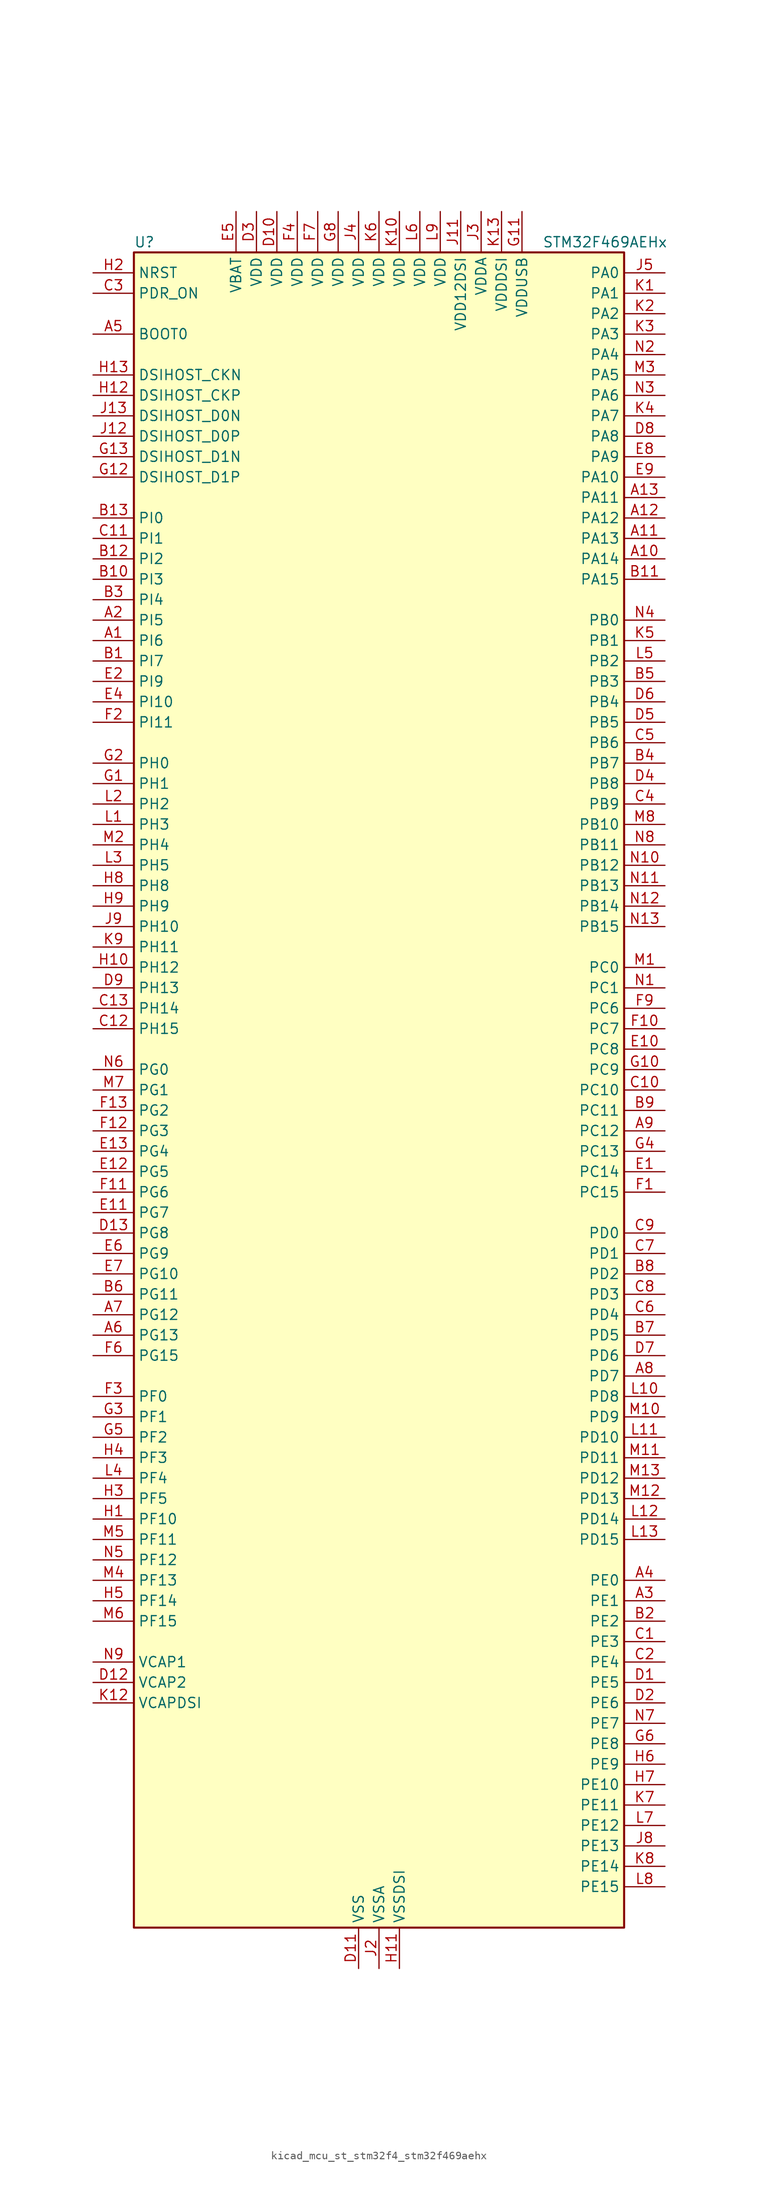
<source format=kicad_sym>
(kicad_symbol_lib
  (version 20220914)
  (generator kicad_symbol_editor)
  (symbol "kicad_mcu_st_stm32f4_stm32f469aehx"
    (property "Reference" "U"
      (at -30.48 105.41 0)
      (effects (font (size 1.27 1.27)) (justify left)))
    (property "Value" "STM32F469AEHx"
      (at 20.32 105.41 0)
      (effects (font (size 1.27 1.27)) (justify left)))
    (property "ki_locked" ""
      (at 0 0 0)
      (effects (font (size 1.27 1.27))))
    (symbol "kicad_mcu_st_stm32f4_stm32f469aehx_0_1"
      (rectangle (start -30.48 -104.14) (end 30.48 104.14) (stroke (width 0.254) (type default)) (fill (type background))))
    (symbol "kicad_mcu_st_stm32f4_stm32f469aehx_1_1"
      (pin bidirectional line (at -35.56 55.88 0) (length 5.08) (name "PI6" (effects (font (size 1.27 1.27)))) (number "A1" (effects (font (size 1.27 1.27)))) (alternate "DCMI_D6" bidirectional line) (alternate "FMC_D28" bidirectional line) (alternate "LTDC_B6" bidirectional line) (alternate "TIM8_CH2" bidirectional line))
      (pin bidirectional line (at 35.56 66.04 180) (length 5.08) (name "PA14" (effects (font (size 1.27 1.27)))) (number "A10" (effects (font (size 1.27 1.27)))) (alternate "SYS_JTCK-SWCLK" bidirectional line))
      (pin bidirectional line (at 35.56 68.58 180) (length 5.08) (name "PA13" (effects (font (size 1.27 1.27)))) (number "A11" (effects (font (size 1.27 1.27)))) (alternate "SYS_JTMS-SWDIO" bidirectional line))
      (pin bidirectional line (at 35.56 71.12 180) (length 5.08) (name "PA12" (effects (font (size 1.27 1.27)))) (number "A12" (effects (font (size 1.27 1.27)))) (alternate "CAN1_TX" bidirectional line) (alternate "LTDC_R5" bidirectional line) (alternate "TIM1_ETR" bidirectional line) (alternate "USART1_RTS" bidirectional line) (alternate "USB_OTG_FS_DP" bidirectional line))
      (pin bidirectional line (at 35.56 73.66 180) (length 5.08) (name "PA11" (effects (font (size 1.27 1.27)))) (number "A13" (effects (font (size 1.27 1.27)))) (alternate "ADC1_EXTI11" bidirectional line) (alternate "ADC2_EXTI11" bidirectional line) (alternate "ADC3_EXTI11" bidirectional line) (alternate "CAN1_RX" bidirectional line) (alternate "LTDC_R4" bidirectional line) (alternate "TIM1_CH4" bidirectional line) (alternate "USART1_CTS" bidirectional line) (alternate "USB_OTG_FS_DM" bidirectional line))
      (pin bidirectional line (at -35.56 58.42 0) (length 5.08) (name "PI5" (effects (font (size 1.27 1.27)))) (number "A2" (effects (font (size 1.27 1.27)))) (alternate "DCMI_VSYNC" bidirectional line) (alternate "FMC_NBL3" bidirectional line) (alternate "LTDC_B5" bidirectional line) (alternate "TIM8_CH1" bidirectional line))
      (pin bidirectional line (at 35.56 -63.5 180) (length 5.08) (name "PE1" (effects (font (size 1.27 1.27)))) (number "A3" (effects (font (size 1.27 1.27)))) (alternate "DCMI_D3" bidirectional line) (alternate "FMC_NBL1" bidirectional line) (alternate "UART8_TX" bidirectional line))
      (pin bidirectional line (at 35.56 -60.96 180) (length 5.08) (name "PE0" (effects (font (size 1.27 1.27)))) (number "A4" (effects (font (size 1.27 1.27)))) (alternate "DCMI_D2" bidirectional line) (alternate "FMC_NBL0" bidirectional line) (alternate "TIM4_ETR" bidirectional line) (alternate "UART8_RX" bidirectional line))
      (pin input line (at -35.56 93.98 0) (length 5.08) (name "BOOT0" (effects (font (size 1.27 1.27)))) (number "A5" (effects (font (size 1.27 1.27)))))
      (pin bidirectional line (at -35.56 -30.48 0) (length 5.08) (name "PG13" (effects (font (size 1.27 1.27)))) (number "A6" (effects (font (size 1.27 1.27)))) (alternate "FMC_A24" bidirectional line) (alternate "LTDC_R0" bidirectional line) (alternate "SPI6_SCK" bidirectional line) (alternate "SYS_TRACED0" bidirectional line) (alternate "USART6_CTS" bidirectional line))
      (pin bidirectional line (at -35.56 -27.94 0) (length 5.08) (name "PG12" (effects (font (size 1.27 1.27)))) (number "A7" (effects (font (size 1.27 1.27)))) (alternate "FMC_NE4" bidirectional line) (alternate "LTDC_B1" bidirectional line) (alternate "LTDC_B4" bidirectional line) (alternate "SPI6_MISO" bidirectional line) (alternate "USART6_RTS" bidirectional line))
      (pin bidirectional line (at 35.56 -35.56 180) (length 5.08) (name "PD7" (effects (font (size 1.27 1.27)))) (number "A8" (effects (font (size 1.27 1.27)))) (alternate "FMC_NE1" bidirectional line) (alternate "USART2_CK" bidirectional line))
      (pin bidirectional line (at 35.56 -5.08 180) (length 5.08) (name "PC12" (effects (font (size 1.27 1.27)))) (number "A9" (effects (font (size 1.27 1.27)))) (alternate "DCMI_D9" bidirectional line) (alternate "I2S3_SD" bidirectional line) (alternate "SDIO_CK" bidirectional line) (alternate "SPI3_MOSI" bidirectional line) (alternate "SYS_TRACED3" bidirectional line) (alternate "UART5_TX" bidirectional line) (alternate "USART3_CK" bidirectional line))
      (pin bidirectional line (at -35.56 53.34 0) (length 5.08) (name "PI7" (effects (font (size 1.27 1.27)))) (number "B1" (effects (font (size 1.27 1.27)))) (alternate "DCMI_D7" bidirectional line) (alternate "FMC_D29" bidirectional line) (alternate "LTDC_B7" bidirectional line) (alternate "TIM8_CH3" bidirectional line))
      (pin bidirectional line (at -35.56 63.5 0) (length 5.08) (name "PI3" (effects (font (size 1.27 1.27)))) (number "B10" (effects (font (size 1.27 1.27)))) (alternate "DCMI_D10" bidirectional line) (alternate "FMC_D27" bidirectional line) (alternate "I2S2_SD" bidirectional line) (alternate "SPI2_MOSI" bidirectional line) (alternate "TIM8_ETR" bidirectional line))
      (pin bidirectional line (at 35.56 63.5 180) (length 5.08) (name "PA15" (effects (font (size 1.27 1.27)))) (number "B11" (effects (font (size 1.27 1.27)))) (alternate "ADC1_EXTI15" bidirectional line) (alternate "ADC2_EXTI15" bidirectional line) (alternate "ADC3_EXTI15" bidirectional line) (alternate "I2S3_WS" bidirectional line) (alternate "SPI1_NSS" bidirectional line) (alternate "SPI3_NSS" bidirectional line) (alternate "SYS_JTDI" bidirectional line) (alternate "TIM2_CH1" bidirectional line) (alternate "TIM2_ETR" bidirectional line))
      (pin bidirectional line (at -35.56 66.04 0) (length 5.08) (name "PI2" (effects (font (size 1.27 1.27)))) (number "B12" (effects (font (size 1.27 1.27)))) (alternate "DCMI_D9" bidirectional line) (alternate "FMC_D26" bidirectional line) (alternate "I2S2_ext_SD" bidirectional line) (alternate "LTDC_G7" bidirectional line) (alternate "SPI2_MISO" bidirectional line) (alternate "TIM8_CH4" bidirectional line))
      (pin bidirectional line (at -35.56 71.12 0) (length 5.08) (name "PI0" (effects (font (size 1.27 1.27)))) (number "B13" (effects (font (size 1.27 1.27)))) (alternate "DCMI_D13" bidirectional line) (alternate "FMC_D24" bidirectional line) (alternate "I2S2_WS" bidirectional line) (alternate "LTDC_G5" bidirectional line) (alternate "SPI2_NSS" bidirectional line) (alternate "TIM5_CH4" bidirectional line))
      (pin bidirectional line (at 35.56 -66.04 180) (length 5.08) (name "PE2" (effects (font (size 1.27 1.27)))) (number "B2" (effects (font (size 1.27 1.27)))) (alternate "FMC_A23" bidirectional line) (alternate "QUADSPI_BK1_IO2" bidirectional line) (alternate "SAI1_MCLK_A" bidirectional line) (alternate "SPI4_SCK" bidirectional line) (alternate "SYS_TRACECLK" bidirectional line))
      (pin bidirectional line (at -35.56 60.96 0) (length 5.08) (name "PI4" (effects (font (size 1.27 1.27)))) (number "B3" (effects (font (size 1.27 1.27)))) (alternate "DCMI_D5" bidirectional line) (alternate "FMC_NBL2" bidirectional line) (alternate "LTDC_B4" bidirectional line) (alternate "TIM8_BKIN" bidirectional line))
      (pin bidirectional line (at 35.56 40.64 180) (length 5.08) (name "PB7" (effects (font (size 1.27 1.27)))) (number "B4" (effects (font (size 1.27 1.27)))) (alternate "DCMI_VSYNC" bidirectional line) (alternate "FMC_NL" bidirectional line) (alternate "I2C1_SDA" bidirectional line) (alternate "TIM4_CH2" bidirectional line) (alternate "USART1_RX" bidirectional line))
      (pin bidirectional line (at 35.56 50.8 180) (length 5.08) (name "PB3" (effects (font (size 1.27 1.27)))) (number "B5" (effects (font (size 1.27 1.27)))) (alternate "I2S3_CK" bidirectional line) (alternate "SPI1_SCK" bidirectional line) (alternate "SPI3_SCK" bidirectional line) (alternate "SYS_JTDO-SWO" bidirectional line) (alternate "TIM2_CH2" bidirectional line))
      (pin bidirectional line (at -35.56 -25.4 0) (length 5.08) (name "PG11" (effects (font (size 1.27 1.27)))) (number "B6" (effects (font (size 1.27 1.27)))) (alternate "ADC1_EXTI11" bidirectional line) (alternate "ADC2_EXTI11" bidirectional line) (alternate "ADC3_EXTI11" bidirectional line) (alternate "DCMI_D3" bidirectional line) (alternate "LTDC_B3" bidirectional line))
      (pin bidirectional line (at 35.56 -30.48 180) (length 5.08) (name "PD5" (effects (font (size 1.27 1.27)))) (number "B7" (effects (font (size 1.27 1.27)))) (alternate "FMC_NWE" bidirectional line) (alternate "USART2_TX" bidirectional line))
      (pin bidirectional line (at 35.56 -22.86 180) (length 5.08) (name "PD2" (effects (font (size 1.27 1.27)))) (number "B8" (effects (font (size 1.27 1.27)))) (alternate "DCMI_D11" bidirectional line) (alternate "SDIO_CMD" bidirectional line) (alternate "SYS_TRACED2" bidirectional line) (alternate "TIM3_ETR" bidirectional line) (alternate "UART5_RX" bidirectional line))
      (pin bidirectional line (at 35.56 -2.54 180) (length 5.08) (name "PC11" (effects (font (size 1.27 1.27)))) (number "B9" (effects (font (size 1.27 1.27)))) (alternate "ADC1_EXTI11" bidirectional line) (alternate "ADC2_EXTI11" bidirectional line) (alternate "ADC3_EXTI11" bidirectional line) (alternate "DCMI_D4" bidirectional line) (alternate "I2S3_ext_SD" bidirectional line) (alternate "QUADSPI_BK2_NCS" bidirectional line) (alternate "SDIO_D3" bidirectional line) (alternate "SPI3_MISO" bidirectional line) (alternate "UART4_RX" bidirectional line) (alternate "USART3_RX" bidirectional line))
      (pin bidirectional line (at 35.56 -68.58 180) (length 5.08) (name "PE3" (effects (font (size 1.27 1.27)))) (number "C1" (effects (font (size 1.27 1.27)))) (alternate "FMC_A19" bidirectional line) (alternate "SAI1_SD_B" bidirectional line) (alternate "SYS_TRACED0" bidirectional line))
      (pin bidirectional line (at 35.56 0 180) (length 5.08) (name "PC10" (effects (font (size 1.27 1.27)))) (number "C10" (effects (font (size 1.27 1.27)))) (alternate "DCMI_D8" bidirectional line) (alternate "I2S3_CK" bidirectional line) (alternate "LTDC_R2" bidirectional line) (alternate "QUADSPI_BK1_IO1" bidirectional line) (alternate "SDIO_D2" bidirectional line) (alternate "SPI3_SCK" bidirectional line) (alternate "UART4_TX" bidirectional line) (alternate "USART3_TX" bidirectional line))
      (pin bidirectional line (at -35.56 68.58 0) (length 5.08) (name "PI1" (effects (font (size 1.27 1.27)))) (number "C11" (effects (font (size 1.27 1.27)))) (alternate "DCMI_D8" bidirectional line) (alternate "FMC_D25" bidirectional line) (alternate "I2S2_CK" bidirectional line) (alternate "LTDC_G6" bidirectional line) (alternate "SPI2_SCK" bidirectional line))
      (pin bidirectional line (at -35.56 7.62 0) (length 5.08) (name "PH15" (effects (font (size 1.27 1.27)))) (number "C12" (effects (font (size 1.27 1.27)))) (alternate "ADC1_EXTI15" bidirectional line) (alternate "ADC2_EXTI15" bidirectional line) (alternate "ADC3_EXTI15" bidirectional line) (alternate "DCMI_D11" bidirectional line) (alternate "FMC_D23" bidirectional line) (alternate "LTDC_G4" bidirectional line) (alternate "TIM8_CH3N" bidirectional line))
      (pin bidirectional line (at -35.56 10.16 0) (length 5.08) (name "PH14" (effects (font (size 1.27 1.27)))) (number "C13" (effects (font (size 1.27 1.27)))) (alternate "DCMI_D4" bidirectional line) (alternate "FMC_D22" bidirectional line) (alternate "LTDC_G3" bidirectional line) (alternate "TIM8_CH2N" bidirectional line))
      (pin bidirectional line (at 35.56 -71.12 180) (length 5.08) (name "PE4" (effects (font (size 1.27 1.27)))) (number "C2" (effects (font (size 1.27 1.27)))) (alternate "DCMI_D4" bidirectional line) (alternate "FMC_A20" bidirectional line) (alternate "LTDC_B0" bidirectional line) (alternate "SAI1_FS_A" bidirectional line) (alternate "SPI4_NSS" bidirectional line) (alternate "SYS_TRACED1" bidirectional line))
      (pin input line (at -35.56 99.06 0) (length 5.08) (name "PDR_ON" (effects (font (size 1.27 1.27)))) (number "C3" (effects (font (size 1.27 1.27)))))
      (pin bidirectional line (at 35.56 35.56 180) (length 5.08) (name "PB9" (effects (font (size 1.27 1.27)))) (number "C4" (effects (font (size 1.27 1.27)))) (alternate "CAN1_TX" bidirectional line) (alternate "DAC_EXTI9" bidirectional line) (alternate "DCMI_D7" bidirectional line) (alternate "I2C1_SDA" bidirectional line) (alternate "I2S2_WS" bidirectional line) (alternate "LTDC_B7" bidirectional line) (alternate "SDIO_D5" bidirectional line) (alternate "SPI2_NSS" bidirectional line) (alternate "TIM11_CH1" bidirectional line) (alternate "TIM4_CH4" bidirectional line))
      (pin bidirectional line (at 35.56 43.18 180) (length 5.08) (name "PB6" (effects (font (size 1.27 1.27)))) (number "C5" (effects (font (size 1.27 1.27)))) (alternate "CAN2_TX" bidirectional line) (alternate "DCMI_D5" bidirectional line) (alternate "FMC_SDNE1" bidirectional line) (alternate "I2C1_SCL" bidirectional line) (alternate "QUADSPI_BK1_NCS" bidirectional line) (alternate "TIM4_CH1" bidirectional line) (alternate "USART1_TX" bidirectional line))
      (pin bidirectional line (at 35.56 -27.94 180) (length 5.08) (name "PD4" (effects (font (size 1.27 1.27)))) (number "C6" (effects (font (size 1.27 1.27)))) (alternate "FMC_NOE" bidirectional line) (alternate "USART2_RTS" bidirectional line))
      (pin bidirectional line (at 35.56 -20.32 180) (length 5.08) (name "PD1" (effects (font (size 1.27 1.27)))) (number "C7" (effects (font (size 1.27 1.27)))) (alternate "CAN1_TX" bidirectional line) (alternate "FMC_D3" bidirectional line) (alternate "FMC_DA3" bidirectional line))
      (pin bidirectional line (at 35.56 -25.4 180) (length 5.08) (name "PD3" (effects (font (size 1.27 1.27)))) (number "C8" (effects (font (size 1.27 1.27)))) (alternate "DCMI_D5" bidirectional line) (alternate "FMC_CLK" bidirectional line) (alternate "I2S2_CK" bidirectional line) (alternate "LTDC_G7" bidirectional line) (alternate "SPI2_SCK" bidirectional line) (alternate "USART2_CTS" bidirectional line))
      (pin bidirectional line (at 35.56 -17.78 180) (length 5.08) (name "PD0" (effects (font (size 1.27 1.27)))) (number "C9" (effects (font (size 1.27 1.27)))) (alternate "CAN1_RX" bidirectional line) (alternate "FMC_D2" bidirectional line) (alternate "FMC_DA2" bidirectional line))
      (pin bidirectional line (at 35.56 -73.66 180) (length 5.08) (name "PE5" (effects (font (size 1.27 1.27)))) (number "D1" (effects (font (size 1.27 1.27)))) (alternate "DCMI_D6" bidirectional line) (alternate "FMC_A21" bidirectional line) (alternate "LTDC_G0" bidirectional line) (alternate "SAI1_SCK_A" bidirectional line) (alternate "SPI4_MISO" bidirectional line) (alternate "SYS_TRACED2" bidirectional line) (alternate "TIM9_CH1" bidirectional line))
      (pin power_in line (at -12.7 109.22 270) (length 5.08) (name "VDD" (effects (font (size 1.27 1.27)))) (number "D10" (effects (font (size 1.27 1.27)))))
      (pin power_in line (at -2.54 -109.22 90) (length 5.08) (name "VSS" (effects (font (size 1.27 1.27)))) (number "D11" (effects (font (size 1.27 1.27)))))
      (pin power_out line (at -35.56 -73.66 0) (length 5.08) (name "VCAP2" (effects (font (size 1.27 1.27)))) (number "D12" (effects (font (size 1.27 1.27)))))
      (pin bidirectional line (at -35.56 -17.78 0) (length 5.08) (name "PG8" (effects (font (size 1.27 1.27)))) (number "D13" (effects (font (size 1.27 1.27)))) (alternate "FMC_SDCLK" bidirectional line) (alternate "LTDC_G7" bidirectional line) (alternate "SPI6_NSS" bidirectional line) (alternate "USART6_RTS" bidirectional line))
      (pin bidirectional line (at 35.56 -76.2 180) (length 5.08) (name "PE6" (effects (font (size 1.27 1.27)))) (number "D2" (effects (font (size 1.27 1.27)))) (alternate "DCMI_D7" bidirectional line) (alternate "FMC_A22" bidirectional line) (alternate "LTDC_G1" bidirectional line) (alternate "SAI1_SD_A" bidirectional line) (alternate "SPI4_MOSI" bidirectional line) (alternate "SYS_TRACED3" bidirectional line) (alternate "TIM9_CH2" bidirectional line))
      (pin power_in line (at -15.24 109.22 270) (length 5.08) (name "VDD" (effects (font (size 1.27 1.27)))) (number "D3" (effects (font (size 1.27 1.27)))))
      (pin bidirectional line (at 35.56 38.1 180) (length 5.08) (name "PB8" (effects (font (size 1.27 1.27)))) (number "D4" (effects (font (size 1.27 1.27)))) (alternate "CAN1_RX" bidirectional line) (alternate "DCMI_D6" bidirectional line) (alternate "I2C1_SCL" bidirectional line) (alternate "LTDC_B6" bidirectional line) (alternate "SDIO_D4" bidirectional line) (alternate "TIM10_CH1" bidirectional line) (alternate "TIM4_CH3" bidirectional line))
      (pin bidirectional line (at 35.56 45.72 180) (length 5.08) (name "PB5" (effects (font (size 1.27 1.27)))) (number "D5" (effects (font (size 1.27 1.27)))) (alternate "CAN2_RX" bidirectional line) (alternate "DCMI_D10" bidirectional line) (alternate "FMC_SDCKE1" bidirectional line) (alternate "I2C1_SMBA" bidirectional line) (alternate "I2S3_SD" bidirectional line) (alternate "LTDC_G7" bidirectional line) (alternate "SPI1_MOSI" bidirectional line) (alternate "SPI3_MOSI" bidirectional line) (alternate "TIM3_CH2" bidirectional line) (alternate "USB_OTG_HS_ULPI_D7" bidirectional line))
      (pin bidirectional line (at 35.56 48.26 180) (length 5.08) (name "PB4" (effects (font (size 1.27 1.27)))) (number "D6" (effects (font (size 1.27 1.27)))) (alternate "I2S3_ext_SD" bidirectional line) (alternate "SPI1_MISO" bidirectional line) (alternate "SPI3_MISO" bidirectional line) (alternate "SYS_JTRST" bidirectional line) (alternate "TIM3_CH1" bidirectional line))
      (pin bidirectional line (at 35.56 -33.02 180) (length 5.08) (name "PD6" (effects (font (size 1.27 1.27)))) (number "D7" (effects (font (size 1.27 1.27)))) (alternate "DCMI_D10" bidirectional line) (alternate "FMC_NWAIT" bidirectional line) (alternate "I2S3_SD" bidirectional line) (alternate "LTDC_B2" bidirectional line) (alternate "SAI1_SD_A" bidirectional line) (alternate "SPI3_MOSI" bidirectional line) (alternate "USART2_RX" bidirectional line))
      (pin bidirectional line (at 35.56 81.28 180) (length 5.08) (name "PA8" (effects (font (size 1.27 1.27)))) (number "D8" (effects (font (size 1.27 1.27)))) (alternate "I2C3_SCL" bidirectional line) (alternate "LTDC_R6" bidirectional line) (alternate "RCC_MCO_1" bidirectional line) (alternate "TIM1_CH1" bidirectional line) (alternate "USART1_CK" bidirectional line) (alternate "USB_OTG_FS_SOF" bidirectional line))
      (pin bidirectional line (at -35.56 12.7 0) (length 5.08) (name "PH13" (effects (font (size 1.27 1.27)))) (number "D9" (effects (font (size 1.27 1.27)))) (alternate "CAN1_TX" bidirectional line) (alternate "FMC_D21" bidirectional line) (alternate "LTDC_G2" bidirectional line) (alternate "TIM8_CH1N" bidirectional line))
      (pin bidirectional line (at 35.56 -10.16 180) (length 5.08) (name "PC14" (effects (font (size 1.27 1.27)))) (number "E1" (effects (font (size 1.27 1.27)))) (alternate "RCC_OSC32_IN" bidirectional line))
      (pin bidirectional line (at 35.56 5.08 180) (length 5.08) (name "PC8" (effects (font (size 1.27 1.27)))) (number "E10" (effects (font (size 1.27 1.27)))) (alternate "DCMI_D2" bidirectional line) (alternate "SDIO_D0" bidirectional line) (alternate "SYS_TRACED1" bidirectional line) (alternate "TIM3_CH3" bidirectional line) (alternate "TIM8_CH3" bidirectional line) (alternate "USART6_CK" bidirectional line))
      (pin bidirectional line (at -35.56 -15.24 0) (length 5.08) (name "PG7" (effects (font (size 1.27 1.27)))) (number "E11" (effects (font (size 1.27 1.27)))) (alternate "DCMI_D13" bidirectional line) (alternate "FMC_INT" bidirectional line) (alternate "LTDC_CLK" bidirectional line) (alternate "SAI1_MCLK_A" bidirectional line) (alternate "USART6_CK" bidirectional line))
      (pin bidirectional line (at -35.56 -10.16 0) (length 5.08) (name "PG5" (effects (font (size 1.27 1.27)))) (number "E12" (effects (font (size 1.27 1.27)))) (alternate "FMC_A15" bidirectional line) (alternate "FMC_BA1" bidirectional line))
      (pin bidirectional line (at -35.56 -7.62 0) (length 5.08) (name "PG4" (effects (font (size 1.27 1.27)))) (number "E13" (effects (font (size 1.27 1.27)))) (alternate "FMC_A14" bidirectional line) (alternate "FMC_BA0" bidirectional line))
      (pin bidirectional line (at -35.56 50.8 0) (length 5.08) (name "PI9" (effects (font (size 1.27 1.27)))) (number "E2" (effects (font (size 1.27 1.27)))) (alternate "CAN1_RX" bidirectional line) (alternate "DAC_EXTI9" bidirectional line) (alternate "FMC_D30" bidirectional line) (alternate "LTDC_VSYNC" bidirectional line))
      (pin passive line (at -2.54 -109.22 90) (length 5.08) hide (name "VSS" (effects (font (size 1.27 1.27)))) (number "E3" (effects (font (size 1.27 1.27)))))
      (pin bidirectional line (at -35.56 48.26 0) (length 5.08) (name "PI10" (effects (font (size 1.27 1.27)))) (number "E4" (effects (font (size 1.27 1.27)))) (alternate "FMC_D31" bidirectional line) (alternate "LTDC_HSYNC" bidirectional line))
      (pin power_in line (at -17.78 109.22 270) (length 5.08) (name "VBAT" (effects (font (size 1.27 1.27)))) (number "E5" (effects (font (size 1.27 1.27)))))
      (pin bidirectional line (at -35.56 -20.32 0) (length 5.08) (name "PG9" (effects (font (size 1.27 1.27)))) (number "E6" (effects (font (size 1.27 1.27)))) (alternate "DAC_EXTI9" bidirectional line) (alternate "DCMI_VSYNC" bidirectional line) (alternate "FMC_NCE" bidirectional line) (alternate "FMC_NE2" bidirectional line) (alternate "QUADSPI_BK2_IO2" bidirectional line) (alternate "USART6_RX" bidirectional line))
      (pin bidirectional line (at -35.56 -22.86 0) (length 5.08) (name "PG10" (effects (font (size 1.27 1.27)))) (number "E7" (effects (font (size 1.27 1.27)))) (alternate "DCMI_D2" bidirectional line) (alternate "FMC_NE3" bidirectional line) (alternate "LTDC_B2" bidirectional line) (alternate "LTDC_G3" bidirectional line))
      (pin bidirectional line (at 35.56 78.74 180) (length 5.08) (name "PA9" (effects (font (size 1.27 1.27)))) (number "E8" (effects (font (size 1.27 1.27)))) (alternate "DAC_EXTI9" bidirectional line) (alternate "DCMI_D0" bidirectional line) (alternate "I2C3_SMBA" bidirectional line) (alternate "I2S2_CK" bidirectional line) (alternate "SPI2_SCK" bidirectional line) (alternate "TIM1_CH2" bidirectional line) (alternate "USART1_TX" bidirectional line) (alternate "USB_OTG_FS_VBUS" bidirectional line))
      (pin bidirectional line (at 35.56 76.2 180) (length 5.08) (name "PA10" (effects (font (size 1.27 1.27)))) (number "E9" (effects (font (size 1.27 1.27)))) (alternate "DCMI_D1" bidirectional line) (alternate "TIM1_CH3" bidirectional line) (alternate "USART1_RX" bidirectional line) (alternate "USB_OTG_FS_ID" bidirectional line))
      (pin bidirectional line (at 35.56 -12.7 180) (length 5.08) (name "PC15" (effects (font (size 1.27 1.27)))) (number "F1" (effects (font (size 1.27 1.27)))) (alternate "ADC1_EXTI15" bidirectional line) (alternate "ADC2_EXTI15" bidirectional line) (alternate "ADC3_EXTI15" bidirectional line) (alternate "RCC_OSC32_OUT" bidirectional line))
      (pin bidirectional line (at 35.56 7.62 180) (length 5.08) (name "PC7" (effects (font (size 1.27 1.27)))) (number "F10" (effects (font (size 1.27 1.27)))) (alternate "DCMI_D1" bidirectional line) (alternate "I2S3_MCK" bidirectional line) (alternate "LTDC_G6" bidirectional line) (alternate "SDIO_D7" bidirectional line) (alternate "TIM3_CH2" bidirectional line) (alternate "TIM8_CH2" bidirectional line) (alternate "USART6_RX" bidirectional line))
      (pin bidirectional line (at -35.56 -12.7 0) (length 5.08) (name "PG6" (effects (font (size 1.27 1.27)))) (number "F11" (effects (font (size 1.27 1.27)))) (alternate "DCMI_D12" bidirectional line) (alternate "LTDC_R7" bidirectional line))
      (pin bidirectional line (at -35.56 -5.08 0) (length 5.08) (name "PG3" (effects (font (size 1.27 1.27)))) (number "F12" (effects (font (size 1.27 1.27)))) (alternate "FMC_A13" bidirectional line))
      (pin bidirectional line (at -35.56 -2.54 0) (length 5.08) (name "PG2" (effects (font (size 1.27 1.27)))) (number "F13" (effects (font (size 1.27 1.27)))) (alternate "FMC_A12" bidirectional line))
      (pin bidirectional line (at -35.56 45.72 0) (length 5.08) (name "PI11" (effects (font (size 1.27 1.27)))) (number "F2" (effects (font (size 1.27 1.27)))) (alternate "ADC1_EXTI11" bidirectional line) (alternate "ADC2_EXTI11" bidirectional line) (alternate "ADC3_EXTI11" bidirectional line) (alternate "LTDC_G6" bidirectional line) (alternate "USB_OTG_HS_ULPI_DIR" bidirectional line))
      (pin bidirectional line (at -35.56 -38.1 0) (length 5.08) (name "PF0" (effects (font (size 1.27 1.27)))) (number "F3" (effects (font (size 1.27 1.27)))) (alternate "FMC_A0" bidirectional line) (alternate "I2C2_SDA" bidirectional line))
      (pin power_in line (at -10.16 109.22 270) (length 5.08) (name "VDD" (effects (font (size 1.27 1.27)))) (number "F4" (effects (font (size 1.27 1.27)))))
      (pin passive line (at -2.54 -109.22 90) (length 5.08) hide (name "VSS" (effects (font (size 1.27 1.27)))) (number "F5" (effects (font (size 1.27 1.27)))))
      (pin bidirectional line (at -35.56 -33.02 0) (length 5.08) (name "PG15" (effects (font (size 1.27 1.27)))) (number "F6" (effects (font (size 1.27 1.27)))) (alternate "ADC1_EXTI15" bidirectional line) (alternate "ADC2_EXTI15" bidirectional line) (alternate "ADC3_EXTI15" bidirectional line) (alternate "DCMI_D13" bidirectional line) (alternate "FMC_SDNCAS" bidirectional line) (alternate "USART6_CTS" bidirectional line))
      (pin power_in line (at -7.62 109.22 270) (length 5.08) (name "VDD" (effects (font (size 1.27 1.27)))) (number "F7" (effects (font (size 1.27 1.27)))))
      (pin passive line (at -2.54 -109.22 90) (length 5.08) hide (name "VSS" (effects (font (size 1.27 1.27)))) (number "F8" (effects (font (size 1.27 1.27)))))
      (pin bidirectional line (at 35.56 10.16 180) (length 5.08) (name "PC6" (effects (font (size 1.27 1.27)))) (number "F9" (effects (font (size 1.27 1.27)))) (alternate "DCMI_D0" bidirectional line) (alternate "I2S2_MCK" bidirectional line) (alternate "LTDC_HSYNC" bidirectional line) (alternate "SDIO_D6" bidirectional line) (alternate "TIM3_CH1" bidirectional line) (alternate "TIM8_CH1" bidirectional line) (alternate "USART6_TX" bidirectional line))
      (pin bidirectional line (at -35.56 38.1 0) (length 5.08) (name "PH1" (effects (font (size 1.27 1.27)))) (number "G1" (effects (font (size 1.27 1.27)))) (alternate "RCC_OSC_OUT" bidirectional line))
      (pin bidirectional line (at 35.56 2.54 180) (length 5.08) (name "PC9" (effects (font (size 1.27 1.27)))) (number "G10" (effects (font (size 1.27 1.27)))) (alternate "DAC_EXTI9" bidirectional line) (alternate "DCMI_D3" bidirectional line) (alternate "I2C3_SDA" bidirectional line) (alternate "I2S_CKIN" bidirectional line) (alternate "QUADSPI_BK1_IO0" bidirectional line) (alternate "RCC_MCO_2" bidirectional line) (alternate "SDIO_D1" bidirectional line) (alternate "TIM3_CH4" bidirectional line) (alternate "TIM8_CH4" bidirectional line))
      (pin power_in line (at 17.78 109.22 270) (length 5.08) (name "VDDUSB" (effects (font (size 1.27 1.27)))) (number "G11" (effects (font (size 1.27 1.27)))))
      (pin bidirectional line (at -35.56 76.2 0) (length 5.08) (name "DSIHOST_D1P" (effects (font (size 1.27 1.27)))) (number "G12" (effects (font (size 1.27 1.27)))) (alternate "DSIHOST_D1P" bidirectional line))
      (pin bidirectional line (at -35.56 78.74 0) (length 5.08) (name "DSIHOST_D1N" (effects (font (size 1.27 1.27)))) (number "G13" (effects (font (size 1.27 1.27)))) (alternate "DSIHOST_D1N" bidirectional line))
      (pin bidirectional line (at -35.56 40.64 0) (length 5.08) (name "PH0" (effects (font (size 1.27 1.27)))) (number "G2" (effects (font (size 1.27 1.27)))) (alternate "RCC_OSC_IN" bidirectional line))
      (pin bidirectional line (at -35.56 -40.64 0) (length 5.08) (name "PF1" (effects (font (size 1.27 1.27)))) (number "G3" (effects (font (size 1.27 1.27)))) (alternate "FMC_A1" bidirectional line) (alternate "I2C2_SCL" bidirectional line))
      (pin bidirectional line (at 35.56 -7.62 180) (length 5.08) (name "PC13" (effects (font (size 1.27 1.27)))) (number "G4" (effects (font (size 1.27 1.27)))) (alternate "RTC_AF1" bidirectional line))
      (pin bidirectional line (at -35.56 -43.18 0) (length 5.08) (name "PF2" (effects (font (size 1.27 1.27)))) (number "G5" (effects (font (size 1.27 1.27)))) (alternate "FMC_A2" bidirectional line) (alternate "I2C2_SMBA" bidirectional line))
      (pin bidirectional line (at 35.56 -81.28 180) (length 5.08) (name "PE8" (effects (font (size 1.27 1.27)))) (number "G6" (effects (font (size 1.27 1.27)))) (alternate "FMC_D5" bidirectional line) (alternate "FMC_DA5" bidirectional line) (alternate "QUADSPI_BK2_IO1" bidirectional line) (alternate "TIM1_CH1N" bidirectional line) (alternate "UART7_TX" bidirectional line))
      (pin passive line (at -2.54 -109.22 90) (length 5.08) hide (name "VSS" (effects (font (size 1.27 1.27)))) (number "G7" (effects (font (size 1.27 1.27)))))
      (pin power_in line (at -5.08 109.22 270) (length 5.08) (name "VDD" (effects (font (size 1.27 1.27)))) (number "G8" (effects (font (size 1.27 1.27)))))
      (pin passive line (at -2.54 -109.22 90) (length 5.08) hide (name "VSS" (effects (font (size 1.27 1.27)))) (number "G9" (effects (font (size 1.27 1.27)))))
      (pin bidirectional line (at -35.56 -53.34 0) (length 5.08) (name "PF10" (effects (font (size 1.27 1.27)))) (number "H1" (effects (font (size 1.27 1.27)))) (alternate "ADC3_IN8" bidirectional line) (alternate "DCMI_D11" bidirectional line) (alternate "LTDC_DE" bidirectional line) (alternate "QUADSPI_CLK" bidirectional line))
      (pin bidirectional line (at -35.56 15.24 0) (length 5.08) (name "PH12" (effects (font (size 1.27 1.27)))) (number "H10" (effects (font (size 1.27 1.27)))) (alternate "DCMI_D3" bidirectional line) (alternate "FMC_D20" bidirectional line) (alternate "LTDC_R6" bidirectional line) (alternate "TIM5_CH3" bidirectional line))
      (pin power_in line (at 2.54 -109.22 90) (length 5.08) (name "VSSDSI" (effects (font (size 1.27 1.27)))) (number "H11" (effects (font (size 1.27 1.27)))))
      (pin bidirectional line (at -35.56 86.36 0) (length 5.08) (name "DSIHOST_CKP" (effects (font (size 1.27 1.27)))) (number "H12" (effects (font (size 1.27 1.27)))) (alternate "DSIHOST_CKP" bidirectional line))
      (pin bidirectional line (at -35.56 88.9 0) (length 5.08) (name "DSIHOST_CKN" (effects (font (size 1.27 1.27)))) (number "H13" (effects (font (size 1.27 1.27)))) (alternate "DSIHOST_CKN" bidirectional line))
      (pin input line (at -35.56 101.6 0) (length 5.08) (name "NRST" (effects (font (size 1.27 1.27)))) (number "H2" (effects (font (size 1.27 1.27)))))
      (pin bidirectional line (at -35.56 -50.8 0) (length 5.08) (name "PF5" (effects (font (size 1.27 1.27)))) (number "H3" (effects (font (size 1.27 1.27)))) (alternate "ADC3_IN15" bidirectional line) (alternate "FMC_A5" bidirectional line))
      (pin bidirectional line (at -35.56 -45.72 0) (length 5.08) (name "PF3" (effects (font (size 1.27 1.27)))) (number "H4" (effects (font (size 1.27 1.27)))) (alternate "ADC3_IN9" bidirectional line) (alternate "FMC_A3" bidirectional line))
      (pin bidirectional line (at -35.56 -63.5 0) (length 5.08) (name "PF14" (effects (font (size 1.27 1.27)))) (number "H5" (effects (font (size 1.27 1.27)))) (alternate "FMC_A8" bidirectional line))
      (pin bidirectional line (at 35.56 -83.82 180) (length 5.08) (name "PE9" (effects (font (size 1.27 1.27)))) (number "H6" (effects (font (size 1.27 1.27)))) (alternate "DAC_EXTI9" bidirectional line) (alternate "FMC_D6" bidirectional line) (alternate "FMC_DA6" bidirectional line) (alternate "QUADSPI_BK2_IO2" bidirectional line) (alternate "TIM1_CH1" bidirectional line))
      (pin bidirectional line (at 35.56 -86.36 180) (length 5.08) (name "PE10" (effects (font (size 1.27 1.27)))) (number "H7" (effects (font (size 1.27 1.27)))) (alternate "FMC_D7" bidirectional line) (alternate "FMC_DA7" bidirectional line) (alternate "QUADSPI_BK2_IO3" bidirectional line) (alternate "TIM1_CH2N" bidirectional line))
      (pin bidirectional line (at -35.56 25.4 0) (length 5.08) (name "PH8" (effects (font (size 1.27 1.27)))) (number "H8" (effects (font (size 1.27 1.27)))) (alternate "DCMI_HSYNC" bidirectional line) (alternate "FMC_D16" bidirectional line) (alternate "I2C3_SDA" bidirectional line) (alternate "LTDC_R2" bidirectional line))
      (pin bidirectional line (at -35.56 22.86 0) (length 5.08) (name "PH9" (effects (font (size 1.27 1.27)))) (number "H9" (effects (font (size 1.27 1.27)))) (alternate "DAC_EXTI9" bidirectional line) (alternate "DCMI_D0" bidirectional line) (alternate "FMC_D17" bidirectional line) (alternate "I2C3_SMBA" bidirectional line) (alternate "LTDC_R3" bidirectional line) (alternate "TIM12_CH2" bidirectional line))
      (pin passive line (at -2.54 -109.22 90) (length 5.08) hide (name "VSS" (effects (font (size 1.27 1.27)))) (number "J1" (effects (font (size 1.27 1.27)))))
      (pin passive line (at -2.54 -109.22 90) (length 5.08) hide (name "VSS" (effects (font (size 1.27 1.27)))) (number "J10" (effects (font (size 1.27 1.27)))))
      (pin power_in line (at 10.16 109.22 270) (length 5.08) (name "VDD12DSI" (effects (font (size 1.27 1.27)))) (number "J11" (effects (font (size 1.27 1.27)))))
      (pin bidirectional line (at -35.56 81.28 0) (length 5.08) (name "DSIHOST_D0P" (effects (font (size 1.27 1.27)))) (number "J12" (effects (font (size 1.27 1.27)))) (alternate "DSIHOST_D0P" bidirectional line))
      (pin bidirectional line (at -35.56 83.82 0) (length 5.08) (name "DSIHOST_D0N" (effects (font (size 1.27 1.27)))) (number "J13" (effects (font (size 1.27 1.27)))) (alternate "DSIHOST_D0N" bidirectional line))
      (pin power_in line (at 0 -109.22 90) (length 5.08) (name "VSSA" (effects (font (size 1.27 1.27)))) (number "J2" (effects (font (size 1.27 1.27)))))
      (pin power_in line (at 12.7 109.22 270) (length 5.08) (name "VDDA" (effects (font (size 1.27 1.27)))) (number "J3" (effects (font (size 1.27 1.27)))))
      (pin power_in line (at -2.54 109.22 270) (length 5.08) (name "VDD" (effects (font (size 1.27 1.27)))) (number "J4" (effects (font (size 1.27 1.27)))))
      (pin bidirectional line (at 35.56 101.6 180) (length 5.08) (name "PA0" (effects (font (size 1.27 1.27)))) (number "J5" (effects (font (size 1.27 1.27)))) (alternate "ADC1_IN0" bidirectional line) (alternate "ADC2_IN0" bidirectional line) (alternate "ADC3_IN0" bidirectional line) (alternate "SYS_WKUP" bidirectional line) (alternate "TIM2_CH1" bidirectional line) (alternate "TIM2_ETR" bidirectional line) (alternate "TIM5_CH1" bidirectional line) (alternate "TIM8_ETR" bidirectional line) (alternate "UART4_TX" bidirectional line) (alternate "USART2_CTS" bidirectional line))
      (pin passive line (at -2.54 -109.22 90) (length 5.08) hide (name "VSS" (effects (font (size 1.27 1.27)))) (number "J6" (effects (font (size 1.27 1.27)))))
      (pin passive line (at -2.54 -109.22 90) (length 5.08) hide (name "VSS" (effects (font (size 1.27 1.27)))) (number "J7" (effects (font (size 1.27 1.27)))))
      (pin bidirectional line (at 35.56 -93.98 180) (length 5.08) (name "PE13" (effects (font (size 1.27 1.27)))) (number "J8" (effects (font (size 1.27 1.27)))) (alternate "FMC_D10" bidirectional line) (alternate "FMC_DA10" bidirectional line) (alternate "LTDC_DE" bidirectional line) (alternate "SPI4_MISO" bidirectional line) (alternate "TIM1_CH3" bidirectional line))
      (pin bidirectional line (at -35.56 20.32 0) (length 5.08) (name "PH10" (effects (font (size 1.27 1.27)))) (number "J9" (effects (font (size 1.27 1.27)))) (alternate "DCMI_D1" bidirectional line) (alternate "FMC_D18" bidirectional line) (alternate "LTDC_R4" bidirectional line) (alternate "TIM5_CH1" bidirectional line))
      (pin bidirectional line (at 35.56 99.06 180) (length 5.08) (name "PA1" (effects (font (size 1.27 1.27)))) (number "K1" (effects (font (size 1.27 1.27)))) (alternate "ADC1_IN1" bidirectional line) (alternate "ADC2_IN1" bidirectional line) (alternate "ADC3_IN1" bidirectional line) (alternate "LTDC_R2" bidirectional line) (alternate "QUADSPI_BK1_IO3" bidirectional line) (alternate "TIM2_CH2" bidirectional line) (alternate "TIM5_CH2" bidirectional line) (alternate "UART4_RX" bidirectional line) (alternate "USART2_RTS" bidirectional line))
      (pin power_in line (at 2.54 109.22 270) (length 5.08) (name "VDD" (effects (font (size 1.27 1.27)))) (number "K10" (effects (font (size 1.27 1.27)))))
      (pin passive line (at 2.54 -109.22 90) (length 5.08) hide (name "VSSDSI" (effects (font (size 1.27 1.27)))) (number "K11" (effects (font (size 1.27 1.27)))))
      (pin power_out line (at -35.56 -76.2 0) (length 5.08) (name "VCAPDSI" (effects (font (size 1.27 1.27)))) (number "K12" (effects (font (size 1.27 1.27)))))
      (pin power_in line (at 15.24 109.22 270) (length 5.08) (name "VDDDSI" (effects (font (size 1.27 1.27)))) (number "K13" (effects (font (size 1.27 1.27)))))
      (pin bidirectional line (at 35.56 96.52 180) (length 5.08) (name "PA2" (effects (font (size 1.27 1.27)))) (number "K2" (effects (font (size 1.27 1.27)))) (alternate "ADC1_IN2" bidirectional line) (alternate "ADC2_IN2" bidirectional line) (alternate "ADC3_IN2" bidirectional line) (alternate "LTDC_R1" bidirectional line) (alternate "TIM2_CH3" bidirectional line) (alternate "TIM5_CH3" bidirectional line) (alternate "TIM9_CH1" bidirectional line) (alternate "USART2_TX" bidirectional line))
      (pin bidirectional line (at 35.56 93.98 180) (length 5.08) (name "PA3" (effects (font (size 1.27 1.27)))) (number "K3" (effects (font (size 1.27 1.27)))) (alternate "ADC1_IN3" bidirectional line) (alternate "ADC2_IN3" bidirectional line) (alternate "ADC3_IN3" bidirectional line) (alternate "LTDC_B2" bidirectional line) (alternate "LTDC_B5" bidirectional line) (alternate "TIM2_CH4" bidirectional line) (alternate "TIM5_CH4" bidirectional line) (alternate "TIM9_CH2" bidirectional line) (alternate "USART2_RX" bidirectional line) (alternate "USB_OTG_HS_ULPI_D0" bidirectional line))
      (pin bidirectional line (at 35.56 83.82 180) (length 5.08) (name "PA7" (effects (font (size 1.27 1.27)))) (number "K4" (effects (font (size 1.27 1.27)))) (alternate "ADC1_IN7" bidirectional line) (alternate "ADC2_IN7" bidirectional line) (alternate "FMC_SDNWE" bidirectional line) (alternate "QUADSPI_CLK" bidirectional line) (alternate "SPI1_MOSI" bidirectional line) (alternate "TIM14_CH1" bidirectional line) (alternate "TIM1_CH1N" bidirectional line) (alternate "TIM3_CH2" bidirectional line) (alternate "TIM8_CH1N" bidirectional line))
      (pin bidirectional line (at 35.56 55.88 180) (length 5.08) (name "PB1" (effects (font (size 1.27 1.27)))) (number "K5" (effects (font (size 1.27 1.27)))) (alternate "ADC1_IN9" bidirectional line) (alternate "ADC2_IN9" bidirectional line) (alternate "LTDC_G0" bidirectional line) (alternate "LTDC_R6" bidirectional line) (alternate "TIM1_CH3N" bidirectional line) (alternate "TIM3_CH4" bidirectional line) (alternate "TIM8_CH3N" bidirectional line) (alternate "USB_OTG_HS_ULPI_D2" bidirectional line))
      (pin power_in line (at 0 109.22 270) (length 5.08) (name "VDD" (effects (font (size 1.27 1.27)))) (number "K6" (effects (font (size 1.27 1.27)))))
      (pin bidirectional line (at 35.56 -88.9 180) (length 5.08) (name "PE11" (effects (font (size 1.27 1.27)))) (number "K7" (effects (font (size 1.27 1.27)))) (alternate "ADC1_EXTI11" bidirectional line) (alternate "ADC2_EXTI11" bidirectional line) (alternate "ADC3_EXTI11" bidirectional line) (alternate "FMC_D8" bidirectional line) (alternate "FMC_DA8" bidirectional line) (alternate "LTDC_G3" bidirectional line) (alternate "SPI4_NSS" bidirectional line) (alternate "TIM1_CH2" bidirectional line))
      (pin bidirectional line (at 35.56 -96.52 180) (length 5.08) (name "PE14" (effects (font (size 1.27 1.27)))) (number "K8" (effects (font (size 1.27 1.27)))) (alternate "FMC_D11" bidirectional line) (alternate "FMC_DA11" bidirectional line) (alternate "LTDC_CLK" bidirectional line) (alternate "SPI4_MOSI" bidirectional line) (alternate "TIM1_CH4" bidirectional line))
      (pin bidirectional line (at -35.56 17.78 0) (length 5.08) (name "PH11" (effects (font (size 1.27 1.27)))) (number "K9" (effects (font (size 1.27 1.27)))) (alternate "ADC1_EXTI11" bidirectional line) (alternate "ADC2_EXTI11" bidirectional line) (alternate "ADC3_EXTI11" bidirectional line) (alternate "DCMI_D2" bidirectional line) (alternate "FMC_D19" bidirectional line) (alternate "LTDC_R5" bidirectional line) (alternate "TIM5_CH2" bidirectional line))
      (pin bidirectional line (at -35.56 33.02 0) (length 5.08) (name "PH3" (effects (font (size 1.27 1.27)))) (number "L1" (effects (font (size 1.27 1.27)))) (alternate "FMC_SDNE0" bidirectional line) (alternate "LTDC_R1" bidirectional line) (alternate "QUADSPI_BK2_IO1" bidirectional line))
      (pin bidirectional line (at 35.56 -38.1 180) (length 5.08) (name "PD8" (effects (font (size 1.27 1.27)))) (number "L10" (effects (font (size 1.27 1.27)))) (alternate "FMC_D13" bidirectional line) (alternate "FMC_DA13" bidirectional line) (alternate "USART3_TX" bidirectional line))
      (pin bidirectional line (at 35.56 -43.18 180) (length 5.08) (name "PD10" (effects (font (size 1.27 1.27)))) (number "L11" (effects (font (size 1.27 1.27)))) (alternate "FMC_D15" bidirectional line) (alternate "FMC_DA15" bidirectional line) (alternate "LTDC_B3" bidirectional line) (alternate "USART3_CK" bidirectional line))
      (pin bidirectional line (at 35.56 -53.34 180) (length 5.08) (name "PD14" (effects (font (size 1.27 1.27)))) (number "L12" (effects (font (size 1.27 1.27)))) (alternate "FMC_D0" bidirectional line) (alternate "FMC_DA0" bidirectional line) (alternate "TIM4_CH3" bidirectional line))
      (pin bidirectional line (at 35.56 -55.88 180) (length 5.08) (name "PD15" (effects (font (size 1.27 1.27)))) (number "L13" (effects (font (size 1.27 1.27)))) (alternate "ADC1_EXTI15" bidirectional line) (alternate "ADC2_EXTI15" bidirectional line) (alternate "ADC3_EXTI15" bidirectional line) (alternate "FMC_D1" bidirectional line) (alternate "FMC_DA1" bidirectional line) (alternate "TIM4_CH4" bidirectional line))
      (pin bidirectional line (at -35.56 35.56 0) (length 5.08) (name "PH2" (effects (font (size 1.27 1.27)))) (number "L2" (effects (font (size 1.27 1.27)))) (alternate "FMC_SDCKE0" bidirectional line) (alternate "LTDC_R0" bidirectional line) (alternate "QUADSPI_BK2_IO0" bidirectional line))
      (pin bidirectional line (at -35.56 27.94 0) (length 5.08) (name "PH5" (effects (font (size 1.27 1.27)))) (number "L3" (effects (font (size 1.27 1.27)))) (alternate "FMC_SDNWE" bidirectional line) (alternate "I2C2_SDA" bidirectional line))
      (pin bidirectional line (at -35.56 -48.26 0) (length 5.08) (name "PF4" (effects (font (size 1.27 1.27)))) (number "L4" (effects (font (size 1.27 1.27)))) (alternate "ADC3_IN14" bidirectional line) (alternate "FMC_A4" bidirectional line))
      (pin bidirectional line (at 35.56 53.34 180) (length 5.08) (name "PB2" (effects (font (size 1.27 1.27)))) (number "L5" (effects (font (size 1.27 1.27)))))
      (pin power_in line (at 5.08 109.22 270) (length 5.08) (name "VDD" (effects (font (size 1.27 1.27)))) (number "L6" (effects (font (size 1.27 1.27)))))
      (pin bidirectional line (at 35.56 -91.44 180) (length 5.08) (name "PE12" (effects (font (size 1.27 1.27)))) (number "L7" (effects (font (size 1.27 1.27)))) (alternate "FMC_D9" bidirectional line) (alternate "FMC_DA9" bidirectional line) (alternate "LTDC_B4" bidirectional line) (alternate "SPI4_SCK" bidirectional line) (alternate "TIM1_CH3N" bidirectional line))
      (pin bidirectional line (at 35.56 -99.06 180) (length 5.08) (name "PE15" (effects (font (size 1.27 1.27)))) (number "L8" (effects (font (size 1.27 1.27)))) (alternate "ADC1_EXTI15" bidirectional line) (alternate "ADC2_EXTI15" bidirectional line) (alternate "ADC3_EXTI15" bidirectional line) (alternate "FMC_D12" bidirectional line) (alternate "FMC_DA12" bidirectional line) (alternate "LTDC_R7" bidirectional line) (alternate "TIM1_BKIN" bidirectional line))
      (pin power_in line (at 7.62 109.22 270) (length 5.08) (name "VDD" (effects (font (size 1.27 1.27)))) (number "L9" (effects (font (size 1.27 1.27)))))
      (pin bidirectional line (at 35.56 15.24 180) (length 5.08) (name "PC0" (effects (font (size 1.27 1.27)))) (number "M1" (effects (font (size 1.27 1.27)))) (alternate "ADC1_IN10" bidirectional line) (alternate "ADC2_IN10" bidirectional line) (alternate "ADC3_IN10" bidirectional line) (alternate "FMC_SDNWE" bidirectional line) (alternate "LTDC_R5" bidirectional line) (alternate "USB_OTG_HS_ULPI_STP" bidirectional line))
      (pin bidirectional line (at 35.56 -40.64 180) (length 5.08) (name "PD9" (effects (font (size 1.27 1.27)))) (number "M10" (effects (font (size 1.27 1.27)))) (alternate "DAC_EXTI9" bidirectional line) (alternate "FMC_D14" bidirectional line) (alternate "FMC_DA14" bidirectional line) (alternate "USART3_RX" bidirectional line))
      (pin bidirectional line (at 35.56 -45.72 180) (length 5.08) (name "PD11" (effects (font (size 1.27 1.27)))) (number "M11" (effects (font (size 1.27 1.27)))) (alternate "ADC1_EXTI11" bidirectional line) (alternate "ADC2_EXTI11" bidirectional line) (alternate "ADC3_EXTI11" bidirectional line) (alternate "FMC_A16" bidirectional line) (alternate "FMC_CLE" bidirectional line) (alternate "QUADSPI_BK1_IO0" bidirectional line) (alternate "USART3_CTS" bidirectional line))
      (pin bidirectional line (at 35.56 -50.8 180) (length 5.08) (name "PD13" (effects (font (size 1.27 1.27)))) (number "M12" (effects (font (size 1.27 1.27)))) (alternate "FMC_A18" bidirectional line) (alternate "QUADSPI_BK1_IO3" bidirectional line) (alternate "TIM4_CH2" bidirectional line))
      (pin bidirectional line (at 35.56 -48.26 180) (length 5.08) (name "PD12" (effects (font (size 1.27 1.27)))) (number "M13" (effects (font (size 1.27 1.27)))) (alternate "FMC_A17" bidirectional line) (alternate "FMC_ALE" bidirectional line) (alternate "QUADSPI_BK1_IO1" bidirectional line) (alternate "TIM4_CH1" bidirectional line) (alternate "USART3_RTS" bidirectional line))
      (pin bidirectional line (at -35.56 30.48 0) (length 5.08) (name "PH4" (effects (font (size 1.27 1.27)))) (number "M2" (effects (font (size 1.27 1.27)))) (alternate "I2C2_SCL" bidirectional line) (alternate "LTDC_G4" bidirectional line) (alternate "LTDC_G5" bidirectional line) (alternate "USB_OTG_HS_ULPI_NXT" bidirectional line))
      (pin bidirectional line (at 35.56 88.9 180) (length 5.08) (name "PA5" (effects (font (size 1.27 1.27)))) (number "M3" (effects (font (size 1.27 1.27)))) (alternate "ADC1_IN5" bidirectional line) (alternate "ADC2_IN5" bidirectional line) (alternate "DAC_OUT2" bidirectional line) (alternate "LTDC_R4" bidirectional line) (alternate "SPI1_SCK" bidirectional line) (alternate "TIM2_CH1" bidirectional line) (alternate "TIM2_ETR" bidirectional line) (alternate "TIM8_CH1N" bidirectional line) (alternate "USB_OTG_HS_ULPI_CK" bidirectional line))
      (pin bidirectional line (at -35.56 -60.96 0) (length 5.08) (name "PF13" (effects (font (size 1.27 1.27)))) (number "M4" (effects (font (size 1.27 1.27)))) (alternate "FMC_A7" bidirectional line))
      (pin bidirectional line (at -35.56 -55.88 0) (length 5.08) (name "PF11" (effects (font (size 1.27 1.27)))) (number "M5" (effects (font (size 1.27 1.27)))) (alternate "ADC1_EXTI11" bidirectional line) (alternate "ADC2_EXTI11" bidirectional line) (alternate "ADC3_EXTI11" bidirectional line) (alternate "DCMI_D12" bidirectional line) (alternate "FMC_SDNRAS" bidirectional line))
      (pin bidirectional line (at -35.56 -66.04 0) (length 5.08) (name "PF15" (effects (font (size 1.27 1.27)))) (number "M6" (effects (font (size 1.27 1.27)))) (alternate "ADC1_EXTI15" bidirectional line) (alternate "ADC2_EXTI15" bidirectional line) (alternate "ADC3_EXTI15" bidirectional line) (alternate "FMC_A9" bidirectional line))
      (pin bidirectional line (at -35.56 0 0) (length 5.08) (name "PG1" (effects (font (size 1.27 1.27)))) (number "M7" (effects (font (size 1.27 1.27)))) (alternate "FMC_A11" bidirectional line))
      (pin bidirectional line (at 35.56 33.02 180) (length 5.08) (name "PB10" (effects (font (size 1.27 1.27)))) (number "M8" (effects (font (size 1.27 1.27)))) (alternate "I2C2_SCL" bidirectional line) (alternate "I2S2_CK" bidirectional line) (alternate "LTDC_G4" bidirectional line) (alternate "QUADSPI_BK1_NCS" bidirectional line) (alternate "SPI2_SCK" bidirectional line) (alternate "TIM2_CH3" bidirectional line) (alternate "USART3_TX" bidirectional line) (alternate "USB_OTG_HS_ULPI_D3" bidirectional line))
      (pin passive line (at -2.54 -109.22 90) (length 5.08) hide (name "VSS" (effects (font (size 1.27 1.27)))) (number "M9" (effects (font (size 1.27 1.27)))))
      (pin bidirectional line (at 35.56 12.7 180) (length 5.08) (name "PC1" (effects (font (size 1.27 1.27)))) (number "N1" (effects (font (size 1.27 1.27)))) (alternate "ADC1_IN11" bidirectional line) (alternate "ADC2_IN11" bidirectional line) (alternate "ADC3_IN11" bidirectional line) (alternate "I2S2_SD" bidirectional line) (alternate "SAI1_SD_A" bidirectional line) (alternate "SPI2_MOSI" bidirectional line) (alternate "SYS_TRACED0" bidirectional line))
      (pin bidirectional line (at 35.56 27.94 180) (length 5.08) (name "PB12" (effects (font (size 1.27 1.27)))) (number "N10" (effects (font (size 1.27 1.27)))) (alternate "CAN2_RX" bidirectional line) (alternate "I2C2_SMBA" bidirectional line) (alternate "I2S2_WS" bidirectional line) (alternate "SPI2_NSS" bidirectional line) (alternate "TIM1_BKIN" bidirectional line) (alternate "USART3_CK" bidirectional line) (alternate "USB_OTG_HS_ID" bidirectional line) (alternate "USB_OTG_HS_ULPI_D5" bidirectional line))
      (pin bidirectional line (at 35.56 25.4 180) (length 5.08) (name "PB13" (effects (font (size 1.27 1.27)))) (number "N11" (effects (font (size 1.27 1.27)))) (alternate "CAN2_TX" bidirectional line) (alternate "I2S2_CK" bidirectional line) (alternate "SPI2_SCK" bidirectional line) (alternate "TIM1_CH1N" bidirectional line) (alternate "USART3_CTS" bidirectional line) (alternate "USB_OTG_HS_ULPI_D6" bidirectional line) (alternate "USB_OTG_HS_VBUS" bidirectional line))
      (pin bidirectional line (at 35.56 22.86 180) (length 5.08) (name "PB14" (effects (font (size 1.27 1.27)))) (number "N12" (effects (font (size 1.27 1.27)))) (alternate "I2S2_ext_SD" bidirectional line) (alternate "SPI2_MISO" bidirectional line) (alternate "TIM12_CH1" bidirectional line) (alternate "TIM1_CH2N" bidirectional line) (alternate "TIM8_CH2N" bidirectional line) (alternate "USART3_RTS" bidirectional line) (alternate "USB_OTG_HS_DM" bidirectional line))
      (pin bidirectional line (at 35.56 20.32 180) (length 5.08) (name "PB15" (effects (font (size 1.27 1.27)))) (number "N13" (effects (font (size 1.27 1.27)))) (alternate "ADC1_EXTI15" bidirectional line) (alternate "ADC2_EXTI15" bidirectional line) (alternate "ADC3_EXTI15" bidirectional line) (alternate "I2S2_SD" bidirectional line) (alternate "RTC_REFIN" bidirectional line) (alternate "SPI2_MOSI" bidirectional line) (alternate "TIM12_CH2" bidirectional line) (alternate "TIM1_CH3N" bidirectional line) (alternate "TIM8_CH3N" bidirectional line) (alternate "USB_OTG_HS_DP" bidirectional line))
      (pin bidirectional line (at 35.56 91.44 180) (length 5.08) (name "PA4" (effects (font (size 1.27 1.27)))) (number "N2" (effects (font (size 1.27 1.27)))) (alternate "ADC1_IN4" bidirectional line) (alternate "ADC2_IN4" bidirectional line) (alternate "DAC_OUT1" bidirectional line) (alternate "DCMI_HSYNC" bidirectional line) (alternate "I2S3_WS" bidirectional line) (alternate "LTDC_VSYNC" bidirectional line) (alternate "SPI1_NSS" bidirectional line) (alternate "SPI3_NSS" bidirectional line) (alternate "USART2_CK" bidirectional line) (alternate "USB_OTG_HS_SOF" bidirectional line))
      (pin bidirectional line (at 35.56 86.36 180) (length 5.08) (name "PA6" (effects (font (size 1.27 1.27)))) (number "N3" (effects (font (size 1.27 1.27)))) (alternate "ADC1_IN6" bidirectional line) (alternate "ADC2_IN6" bidirectional line) (alternate "DCMI_PIXCLK" bidirectional line) (alternate "LTDC_G2" bidirectional line) (alternate "SPI1_MISO" bidirectional line) (alternate "TIM13_CH1" bidirectional line) (alternate "TIM1_BKIN" bidirectional line) (alternate "TIM3_CH1" bidirectional line) (alternate "TIM8_BKIN" bidirectional line))
      (pin bidirectional line (at 35.56 58.42 180) (length 5.08) (name "PB0" (effects (font (size 1.27 1.27)))) (number "N4" (effects (font (size 1.27 1.27)))) (alternate "ADC1_IN8" bidirectional line) (alternate "ADC2_IN8" bidirectional line) (alternate "LTDC_G1" bidirectional line) (alternate "LTDC_R3" bidirectional line) (alternate "TIM1_CH2N" bidirectional line) (alternate "TIM3_CH3" bidirectional line) (alternate "TIM8_CH2N" bidirectional line) (alternate "USB_OTG_HS_ULPI_D1" bidirectional line))
      (pin bidirectional line (at -35.56 -58.42 0) (length 5.08) (name "PF12" (effects (font (size 1.27 1.27)))) (number "N5" (effects (font (size 1.27 1.27)))) (alternate "FMC_A6" bidirectional line))
      (pin bidirectional line (at -35.56 2.54 0) (length 5.08) (name "PG0" (effects (font (size 1.27 1.27)))) (number "N6" (effects (font (size 1.27 1.27)))) (alternate "FMC_A10" bidirectional line))
      (pin bidirectional line (at 35.56 -78.74 180) (length 5.08) (name "PE7" (effects (font (size 1.27 1.27)))) (number "N7" (effects (font (size 1.27 1.27)))) (alternate "FMC_D4" bidirectional line) (alternate "FMC_DA4" bidirectional line) (alternate "QUADSPI_BK2_IO0" bidirectional line) (alternate "TIM1_ETR" bidirectional line) (alternate "UART7_RX" bidirectional line))
      (pin bidirectional line (at 35.56 30.48 180) (length 5.08) (name "PB11" (effects (font (size 1.27 1.27)))) (number "N8" (effects (font (size 1.27 1.27)))) (alternate "ADC1_EXTI11" bidirectional line) (alternate "ADC2_EXTI11" bidirectional line) (alternate "ADC3_EXTI11" bidirectional line) (alternate "DSIHOST_TE" bidirectional line) (alternate "I2C2_SDA" bidirectional line) (alternate "LTDC_G5" bidirectional line) (alternate "TIM2_CH4" bidirectional line) (alternate "USART3_RX" bidirectional line) (alternate "USB_OTG_HS_ULPI_D4" bidirectional line))
      (pin power_out line (at -35.56 -71.12 0) (length 5.08) (name "VCAP1" (effects (font (size 1.27 1.27)))) (number "N9" (effects (font (size 1.27 1.27))))))))
</source>
